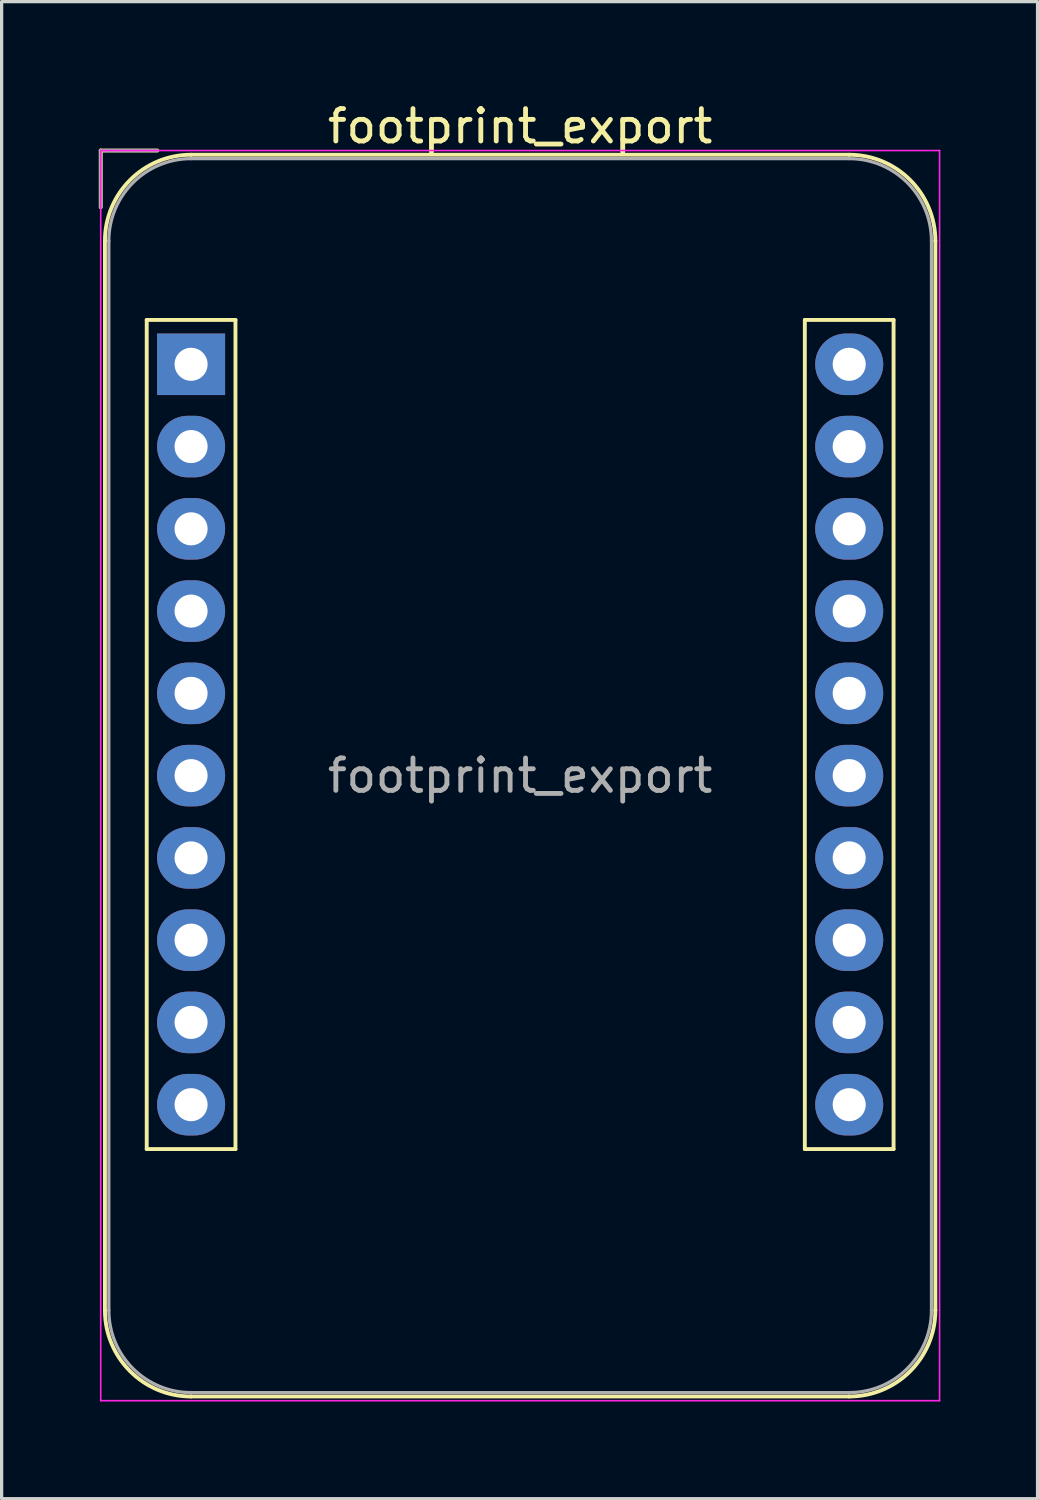
<source format=kicad_pcb>
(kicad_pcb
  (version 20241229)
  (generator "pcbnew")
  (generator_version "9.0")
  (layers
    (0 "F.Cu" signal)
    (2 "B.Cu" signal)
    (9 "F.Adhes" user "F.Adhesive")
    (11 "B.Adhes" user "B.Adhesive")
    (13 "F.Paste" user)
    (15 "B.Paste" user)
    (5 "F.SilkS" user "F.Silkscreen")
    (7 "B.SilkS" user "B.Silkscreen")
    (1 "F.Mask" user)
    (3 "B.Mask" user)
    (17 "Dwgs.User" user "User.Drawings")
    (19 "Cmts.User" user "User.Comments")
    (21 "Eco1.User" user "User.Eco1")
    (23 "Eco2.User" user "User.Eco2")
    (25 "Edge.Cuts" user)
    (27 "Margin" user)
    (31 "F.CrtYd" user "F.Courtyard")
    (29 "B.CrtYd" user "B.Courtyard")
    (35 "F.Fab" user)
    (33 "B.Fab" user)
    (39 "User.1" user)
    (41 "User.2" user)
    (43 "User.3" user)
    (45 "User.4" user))
  (footprint "footprint_export"
    (layer "F.Cu")
    (at 2.85 8.198)
    (property "Reference" "footprint_export" (at 10.16 -7.35 0) (layer "F.SilkS") (effects (font (size 1 1) (thickness 0.15))))
    (attr through_hole)
    (fp_line (start -2.79 -6.6) (end -1.04 -6.6) (stroke (width 0.12) (type solid)) (layer "F.SilkS"))
    (fp_line (start -2.79 -4.85) (end -2.79 -6.6) (stroke (width 0.12) (type solid)) (layer "F.SilkS"))
    (fp_line (start -2.66 -3.81) (end -2.66 29.21) (stroke (width 0.12) (type solid)) (layer "F.SilkS"))
    (fp_line (start -1.37 -1.37) (end -1.37 24.23) (stroke (width 0.12) (type solid)) (layer "F.SilkS"))
    (fp_line (start -1.37 24.23) (end 1.37 24.23) (stroke (width 0.12) (type solid)) (layer "F.SilkS"))
    (fp_line (start 0 -6.47) (end 20.32 -6.47) (stroke (width 0.12) (type solid)) (layer "F.SilkS"))
    (fp_line (start 0 31.87) (end 20.32 31.87) (stroke (width 0.12) (type solid)) (layer "F.SilkS"))
    (fp_line (start 1.37 -1.37) (end -1.37 -1.37) (stroke (width 0.12) (type solid)) (layer "F.SilkS"))
    (fp_line (start 1.37 24.23) (end 1.37 -1.37) (stroke (width 0.12) (type solid)) (layer "F.SilkS"))
    (fp_line (start 18.95 -1.37) (end 18.95 24.23) (stroke (width 0.12) (type solid)) (layer "F.SilkS"))
    (fp_line (start 18.95 24.23) (end 21.69 24.23) (stroke (width 0.12) (type solid)) (layer "F.SilkS"))
    (fp_line (start 21.69 -1.37) (end 18.95 -1.37) (stroke (width 0.12) (type solid)) (layer "F.SilkS"))
    (fp_line (start 21.69 24.23) (end 21.69 -1.37) (stroke (width 0.12) (type solid)) (layer "F.SilkS"))
    (fp_line (start 22.98 -3.81) (end 22.98 29.21) (stroke (width 0.12) (type solid)) (layer "F.SilkS"))
    (fp_arc (start -2.66 -3.81) (mid -1.880904 -5.690904) (end 0 -6.47) (stroke (width 0.12) (type solid)) (layer "F.SilkS"))
    (fp_arc (start 0 31.87) (mid -1.880904 31.090904) (end -2.66 29.21) (stroke (width 0.12) (type solid)) (layer "F.SilkS"))
    (fp_arc (start 20.32 -6.47) (mid 22.200904 -5.690904) (end 22.98 -3.81) (stroke (width 0.12) (type solid)) (layer "F.SilkS"))
    (fp_arc (start 22.98 29.21) (mid 22.200904 31.090904) (end 20.32 31.87) (stroke (width 0.12) (type solid)) (layer "F.SilkS"))
    (fp_line (start -2.79 -6.6) (end -2.79 32) (stroke (width 0.05) (type solid)) (layer "F.CrtYd"))
    (fp_line (start -2.79 32) (end 23.11 32) (stroke (width 0.05) (type solid)) (layer "F.CrtYd"))
    (fp_line (start 23.11 -6.6) (end -2.79 -6.6) (stroke (width 0.05) (type solid)) (layer "F.CrtYd"))
    (fp_line (start 23.11 32) (end 23.11 -6.6) (stroke (width 0.05) (type solid)) (layer "F.CrtYd"))
    (fp_line (start -2.79 -6.6) (end -1.04 -6.6) (stroke (width 0.1) (type solid)) (layer "F.Fab"))
    (fp_line (start -2.79 -4.85) (end -2.79 -6.6) (stroke (width 0.1) (type solid)) (layer "F.Fab"))
    (fp_line (start -2.54 -3.81) (end -2.54 29.21) (stroke (width 0.1) (type solid)) (layer "F.Fab"))
    (fp_line (start 0 -6.35) (end 20.32 -6.35) (stroke (width 0.1) (type solid)) (layer "F.Fab"))
    (fp_line (start 0 31.75) (end 20.32 31.75) (stroke (width 0.1) (type solid)) (layer "F.Fab"))
    (fp_line (start 22.86 -3.81) (end 22.86 29.21) (stroke (width 0.1) (type solid)) (layer "F.Fab"))
    (fp_arc (start -2.54 -3.81) (mid -1.796051 -5.606051) (end 0 -6.35) (stroke (width 0.1) (type solid)) (layer "F.Fab"))
    (fp_arc (start 0 31.75) (mid -1.796051 31.006051) (end -2.54 29.21) (stroke (width 0.1) (type solid)) (layer "F.Fab"))
    (fp_arc (start 20.32 -6.35) (mid 22.116051 -5.606051) (end 22.86 -3.81) (stroke (width 0.1) (type solid)) (layer "F.Fab"))
    (fp_arc (start 22.86 29.21) (mid 22.116051 31.006051) (end 20.32 31.75) (stroke (width 0.1) (type solid)) (layer "F.Fab"))
    (fp_text user "${REFERENCE}" (at 10.16 12.7 0) (layer "F.Fab") (effects (font (size 1 1) (thickness 0.15))))
    (pad "1" thru_hole rect (at 0 0) (size 2.1 1.9) (drill 1.02) (layers "*.Cu" "*.Mask"))
    (pad "2" thru_hole oval (at 0 2.54) (size 2.1 1.9) (drill 1.02) (layers "*.Cu" "*.Mask"))
    (pad "3" thru_hole oval (at 0 5.08) (size 2.1 1.9) (drill 1.02) (layers "*.Cu" "*.Mask"))
    (pad "4" thru_hole oval (at 0 7.62) (size 2.1 1.9) (drill 1.02) (layers "*.Cu" "*.Mask"))
    (pad "5" thru_hole oval (at 0 10.16) (size 2.1 1.9) (drill 1.02) (layers "*.Cu" "*.Mask"))
    (pad "6" thru_hole oval (at 0 12.7) (size 2.1 1.9) (drill 1.02) (layers "*.Cu" "*.Mask"))
    (pad "7" thru_hole oval (at 0 15.24) (size 2.1 1.9) (drill 1.02) (layers "*.Cu" "*.Mask"))
    (pad "8" thru_hole oval (at 0 17.78) (size 2.1 1.9) (drill 1.02) (layers "*.Cu" "*.Mask"))
    (pad "9" thru_hole oval (at 0 20.32) (size 2.1 1.9) (drill 1.02) (layers "*.Cu" "*.Mask"))
    (pad "10" thru_hole oval (at 0 22.86) (size 2.1 1.9) (drill 1.02) (layers "*.Cu" "*.Mask"))
    (pad "11" thru_hole oval (at 20.32 22.86) (size 2.1 1.9) (drill 1.02) (layers "*.Cu" "*.Mask"))
    (pad "12" thru_hole oval (at 20.32 20.32) (size 2.1 1.9) (drill 1.02) (layers "*.Cu" "*.Mask"))
    (pad "13" thru_hole oval (at 20.32 17.78) (size 2.1 1.9) (drill 1.02) (layers "*.Cu" "*.Mask"))
    (pad "14" thru_hole oval (at 20.32 15.24) (size 2.1 1.9) (drill 1.02) (layers "*.Cu" "*.Mask"))
    (pad "15" thru_hole oval (at 20.32 12.7) (size 2.1 1.9) (drill 1.02) (layers "*.Cu" "*.Mask"))
    (pad "16" thru_hole oval (at 20.32 10.16) (size 2.1 1.9) (drill 1.02) (layers "*.Cu" "*.Mask"))
    (pad "17" thru_hole oval (at 20.32 7.62) (size 2.1 1.9) (drill 1.02) (layers "*.Cu" "*.Mask"))
    (pad "18" thru_hole oval (at 20.32 5.08) (size 2.1 1.9) (drill 1.02) (layers "*.Cu" "*.Mask"))
    (pad "19" thru_hole oval (at 20.32 2.54) (size 2.1 1.9) (drill 1.02) (layers "*.Cu" "*.Mask"))
    (pad "20" thru_hole oval (at 20.32 0) (size 2.1 1.9) (drill 1.02) (layers "*.Cu" "*.Mask")))
  (gr_rect
    (start -3 -3)
    (end 28.985 43.223)
    (stroke (width 0.1) (type default))
    (fill no)
    (layer "Edge.Cuts")))
</source>
